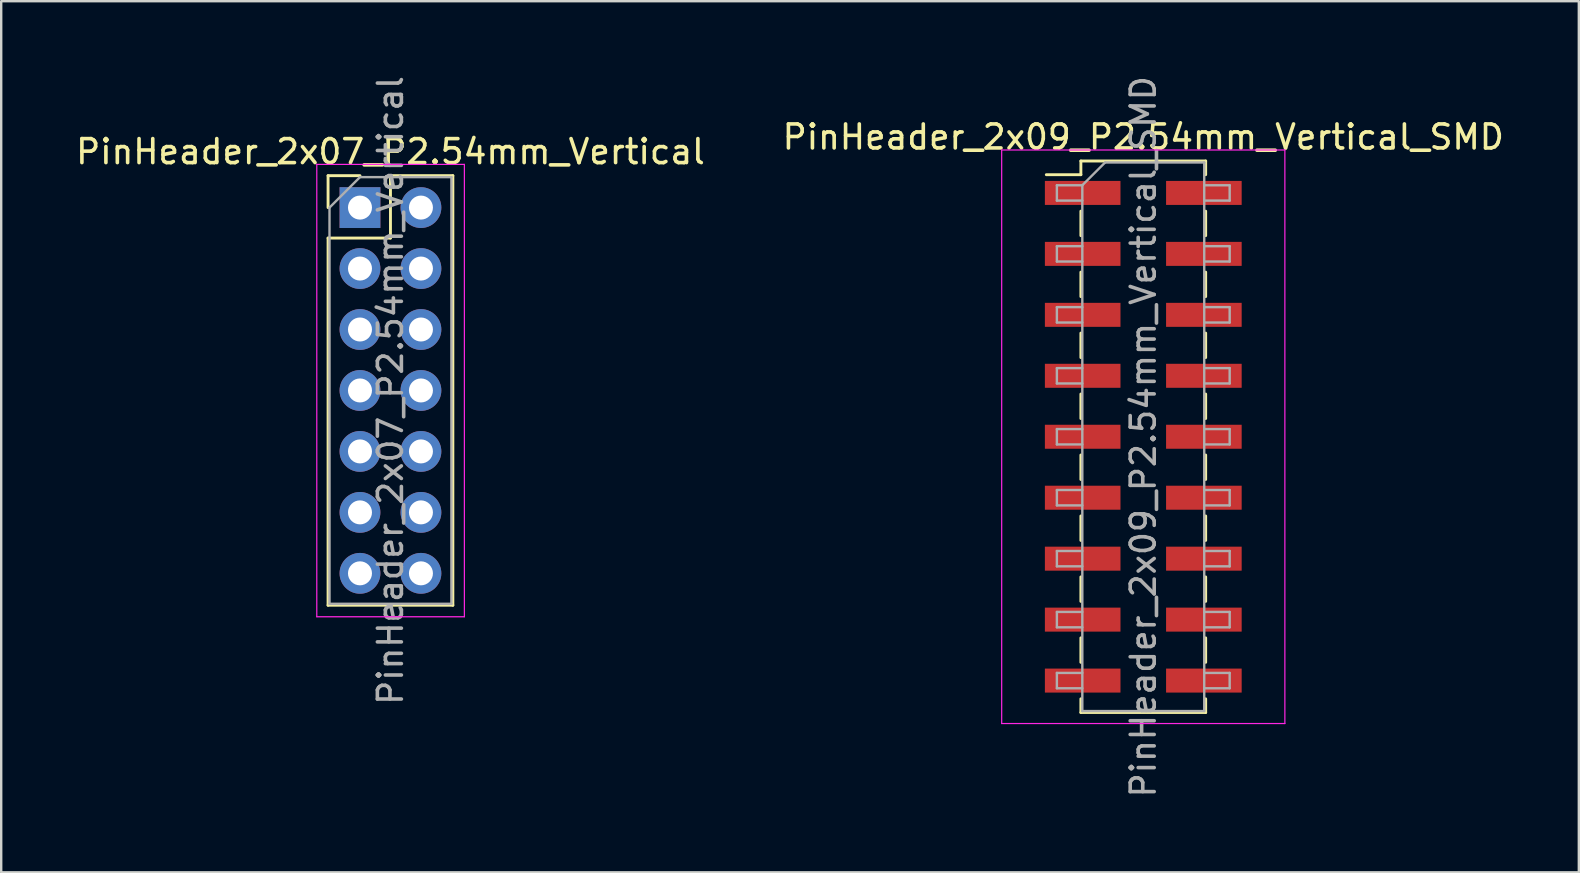
<source format=kicad_pcb>
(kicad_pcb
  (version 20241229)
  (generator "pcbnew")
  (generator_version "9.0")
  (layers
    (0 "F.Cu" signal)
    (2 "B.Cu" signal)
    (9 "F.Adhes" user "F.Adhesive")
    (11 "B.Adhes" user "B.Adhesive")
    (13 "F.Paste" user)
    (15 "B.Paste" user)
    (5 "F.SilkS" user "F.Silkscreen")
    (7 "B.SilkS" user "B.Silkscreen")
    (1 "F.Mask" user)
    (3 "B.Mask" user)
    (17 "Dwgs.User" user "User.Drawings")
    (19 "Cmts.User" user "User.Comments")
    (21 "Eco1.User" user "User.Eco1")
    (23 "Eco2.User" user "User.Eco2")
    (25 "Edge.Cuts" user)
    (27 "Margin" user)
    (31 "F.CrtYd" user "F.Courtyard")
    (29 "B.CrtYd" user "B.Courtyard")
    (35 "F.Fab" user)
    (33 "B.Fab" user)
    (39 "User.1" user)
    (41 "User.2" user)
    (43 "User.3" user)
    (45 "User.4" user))
  (footprint "PinHeader_2x09_P2.54mm_Vertical_SMD"
    (layer "F.Cu")
    (at 44.589 15.149)
    (property "Reference" "PinHeader_2x09_P2.54mm_Vertical_SMD" (at 0 -12.49 0) (layer "F.SilkS") (effects (font (size 1 1) (thickness 0.15))))
    (attr smd)
    (fp_line (start -4.04 -10.92) (end -2.6 -10.92) (stroke (width 0.12) (type solid)) (layer "F.SilkS"))
    (fp_line (start -2.6 -11.49) (end -2.6 -10.92) (stroke (width 0.12) (type solid)) (layer "F.SilkS"))
    (fp_line (start -2.6 -11.49) (end 2.6 -11.49) (stroke (width 0.12) (type solid)) (layer "F.SilkS"))
    (fp_line (start -2.6 -9.4) (end -2.6 -8.38) (stroke (width 0.12) (type solid)) (layer "F.SilkS"))
    (fp_line (start -2.6 -6.86) (end -2.6 -5.84) (stroke (width 0.12) (type solid)) (layer "F.SilkS"))
    (fp_line (start -2.6 -4.32) (end -2.6 -3.3) (stroke (width 0.12) (type solid)) (layer "F.SilkS"))
    (fp_line (start -2.6 -1.78) (end -2.6 -0.76) (stroke (width 0.12) (type solid)) (layer "F.SilkS"))
    (fp_line (start -2.6 0.76) (end -2.6 1.78) (stroke (width 0.12) (type solid)) (layer "F.SilkS"))
    (fp_line (start -2.6 3.3) (end -2.6 4.32) (stroke (width 0.12) (type solid)) (layer "F.SilkS"))
    (fp_line (start -2.6 5.84) (end -2.6 6.86) (stroke (width 0.12) (type solid)) (layer "F.SilkS"))
    (fp_line (start -2.6 8.38) (end -2.6 9.4) (stroke (width 0.12) (type solid)) (layer "F.SilkS"))
    (fp_line (start -2.6 10.92) (end -2.6 11.49) (stroke (width 0.12) (type solid)) (layer "F.SilkS"))
    (fp_line (start -2.6 11.49) (end 2.6 11.49) (stroke (width 0.12) (type solid)) (layer "F.SilkS"))
    (fp_line (start 2.6 -11.49) (end 2.6 -10.92) (stroke (width 0.12) (type solid)) (layer "F.SilkS"))
    (fp_line (start 2.6 -9.4) (end 2.6 -8.38) (stroke (width 0.12) (type solid)) (layer "F.SilkS"))
    (fp_line (start 2.6 -6.86) (end 2.6 -5.84) (stroke (width 0.12) (type solid)) (layer "F.SilkS"))
    (fp_line (start 2.6 -4.32) (end 2.6 -3.3) (stroke (width 0.12) (type solid)) (layer "F.SilkS"))
    (fp_line (start 2.6 -1.78) (end 2.6 -0.76) (stroke (width 0.12) (type solid)) (layer "F.SilkS"))
    (fp_line (start 2.6 0.76) (end 2.6 1.78) (stroke (width 0.12) (type solid)) (layer "F.SilkS"))
    (fp_line (start 2.6 3.3) (end 2.6 4.32) (stroke (width 0.12) (type solid)) (layer "F.SilkS"))
    (fp_line (start 2.6 5.84) (end 2.6 6.86) (stroke (width 0.12) (type solid)) (layer "F.SilkS"))
    (fp_line (start 2.6 8.38) (end 2.6 9.4) (stroke (width 0.12) (type solid)) (layer "F.SilkS"))
    (fp_line (start 2.6 10.92) (end 2.6 11.49) (stroke (width 0.12) (type solid)) (layer "F.SilkS"))
    (fp_line (start -5.9 -11.95) (end -5.9 11.95) (stroke (width 0.05) (type solid)) (layer "F.CrtYd"))
    (fp_line (start -5.9 11.95) (end 5.9 11.95) (stroke (width 0.05) (type solid)) (layer "F.CrtYd"))
    (fp_line (start 5.9 -11.95) (end -5.9 -11.95) (stroke (width 0.05) (type solid)) (layer "F.CrtYd"))
    (fp_line (start 5.9 11.95) (end 5.9 -11.95) (stroke (width 0.05) (type solid)) (layer "F.CrtYd"))
    (fp_line (start -3.6 -10.48) (end -3.6 -9.84) (stroke (width 0.1) (type solid)) (layer "F.Fab"))
    (fp_line (start -3.6 -9.84) (end -2.54 -9.84) (stroke (width 0.1) (type solid)) (layer "F.Fab"))
    (fp_line (start -3.6 -7.94) (end -3.6 -7.3) (stroke (width 0.1) (type solid)) (layer "F.Fab"))
    (fp_line (start -3.6 -7.3) (end -2.54 -7.3) (stroke (width 0.1) (type solid)) (layer "F.Fab"))
    (fp_line (start -3.6 -5.4) (end -3.6 -4.76) (stroke (width 0.1) (type solid)) (layer "F.Fab"))
    (fp_line (start -3.6 -4.76) (end -2.54 -4.76) (stroke (width 0.1) (type solid)) (layer "F.Fab"))
    (fp_line (start -3.6 -2.86) (end -3.6 -2.22) (stroke (width 0.1) (type solid)) (layer "F.Fab"))
    (fp_line (start -3.6 -2.22) (end -2.54 -2.22) (stroke (width 0.1) (type solid)) (layer "F.Fab"))
    (fp_line (start -3.6 -0.32) (end -3.6 0.32) (stroke (width 0.1) (type solid)) (layer "F.Fab"))
    (fp_line (start -3.6 0.32) (end -2.54 0.32) (stroke (width 0.1) (type solid)) (layer "F.Fab"))
    (fp_line (start -3.6 2.22) (end -3.6 2.86) (stroke (width 0.1) (type solid)) (layer "F.Fab"))
    (fp_line (start -3.6 2.86) (end -2.54 2.86) (stroke (width 0.1) (type solid)) (layer "F.Fab"))
    (fp_line (start -3.6 4.76) (end -3.6 5.4) (stroke (width 0.1) (type solid)) (layer "F.Fab"))
    (fp_line (start -3.6 5.4) (end -2.54 5.4) (stroke (width 0.1) (type solid)) (layer "F.Fab"))
    (fp_line (start -3.6 7.3) (end -3.6 7.94) (stroke (width 0.1) (type solid)) (layer "F.Fab"))
    (fp_line (start -3.6 7.94) (end -2.54 7.94) (stroke (width 0.1) (type solid)) (layer "F.Fab"))
    (fp_line (start -3.6 9.84) (end -3.6 10.48) (stroke (width 0.1) (type solid)) (layer "F.Fab"))
    (fp_line (start -3.6 10.48) (end -2.54 10.48) (stroke (width 0.1) (type solid)) (layer "F.Fab"))
    (fp_line (start -2.54 -10.48) (end -3.6 -10.48) (stroke (width 0.1) (type solid)) (layer "F.Fab"))
    (fp_line (start -2.54 -10.48) (end -1.59 -11.43) (stroke (width 0.1) (type solid)) (layer "F.Fab"))
    (fp_line (start -2.54 -7.94) (end -3.6 -7.94) (stroke (width 0.1) (type solid)) (layer "F.Fab"))
    (fp_line (start -2.54 -5.4) (end -3.6 -5.4) (stroke (width 0.1) (type solid)) (layer "F.Fab"))
    (fp_line (start -2.54 -2.86) (end -3.6 -2.86) (stroke (width 0.1) (type solid)) (layer "F.Fab"))
    (fp_line (start -2.54 -0.32) (end -3.6 -0.32) (stroke (width 0.1) (type solid)) (layer "F.Fab"))
    (fp_line (start -2.54 2.22) (end -3.6 2.22) (stroke (width 0.1) (type solid)) (layer "F.Fab"))
    (fp_line (start -2.54 4.76) (end -3.6 4.76) (stroke (width 0.1) (type solid)) (layer "F.Fab"))
    (fp_line (start -2.54 7.3) (end -3.6 7.3) (stroke (width 0.1) (type solid)) (layer "F.Fab"))
    (fp_line (start -2.54 9.84) (end -3.6 9.84) (stroke (width 0.1) (type solid)) (layer "F.Fab"))
    (fp_line (start -2.54 11.43) (end -2.54 -10.48) (stroke (width 0.1) (type solid)) (layer "F.Fab"))
    (fp_line (start -1.59 -11.43) (end 2.54 -11.43) (stroke (width 0.1) (type solid)) (layer "F.Fab"))
    (fp_line (start 2.54 -11.43) (end 2.54 11.43) (stroke (width 0.1) (type solid)) (layer "F.Fab"))
    (fp_line (start 2.54 -10.48) (end 3.6 -10.48) (stroke (width 0.1) (type solid)) (layer "F.Fab"))
    (fp_line (start 2.54 -7.94) (end 3.6 -7.94) (stroke (width 0.1) (type solid)) (layer "F.Fab"))
    (fp_line (start 2.54 -5.4) (end 3.6 -5.4) (stroke (width 0.1) (type solid)) (layer "F.Fab"))
    (fp_line (start 2.54 -2.86) (end 3.6 -2.86) (stroke (width 0.1) (type solid)) (layer "F.Fab"))
    (fp_line (start 2.54 -0.32) (end 3.6 -0.32) (stroke (width 0.1) (type solid)) (layer "F.Fab"))
    (fp_line (start 2.54 2.22) (end 3.6 2.22) (stroke (width 0.1) (type solid)) (layer "F.Fab"))
    (fp_line (start 2.54 4.76) (end 3.6 4.76) (stroke (width 0.1) (type solid)) (layer "F.Fab"))
    (fp_line (start 2.54 7.3) (end 3.6 7.3) (stroke (width 0.1) (type solid)) (layer "F.Fab"))
    (fp_line (start 2.54 9.84) (end 3.6 9.84) (stroke (width 0.1) (type solid)) (layer "F.Fab"))
    (fp_line (start 2.54 11.43) (end -2.54 11.43) (stroke (width 0.1) (type solid)) (layer "F.Fab"))
    (fp_line (start 3.6 -10.48) (end 3.6 -9.84) (stroke (width 0.1) (type solid)) (layer "F.Fab"))
    (fp_line (start 3.6 -9.84) (end 2.54 -9.84) (stroke (width 0.1) (type solid)) (layer "F.Fab"))
    (fp_line (start 3.6 -7.94) (end 3.6 -7.3) (stroke (width 0.1) (type solid)) (layer "F.Fab"))
    (fp_line (start 3.6 -7.3) (end 2.54 -7.3) (stroke (width 0.1) (type solid)) (layer "F.Fab"))
    (fp_line (start 3.6 -5.4) (end 3.6 -4.76) (stroke (width 0.1) (type solid)) (layer "F.Fab"))
    (fp_line (start 3.6 -4.76) (end 2.54 -4.76) (stroke (width 0.1) (type solid)) (layer "F.Fab"))
    (fp_line (start 3.6 -2.86) (end 3.6 -2.22) (stroke (width 0.1) (type solid)) (layer "F.Fab"))
    (fp_line (start 3.6 -2.22) (end 2.54 -2.22) (stroke (width 0.1) (type solid)) (layer "F.Fab"))
    (fp_line (start 3.6 -0.32) (end 3.6 0.32) (stroke (width 0.1) (type solid)) (layer "F.Fab"))
    (fp_line (start 3.6 0.32) (end 2.54 0.32) (stroke (width 0.1) (type solid)) (layer "F.Fab"))
    (fp_line (start 3.6 2.22) (end 3.6 2.86) (stroke (width 0.1) (type solid)) (layer "F.Fab"))
    (fp_line (start 3.6 2.86) (end 2.54 2.86) (stroke (width 0.1) (type solid)) (layer "F.Fab"))
    (fp_line (start 3.6 4.76) (end 3.6 5.4) (stroke (width 0.1) (type solid)) (layer "F.Fab"))
    (fp_line (start 3.6 5.4) (end 2.54 5.4) (stroke (width 0.1) (type solid)) (layer "F.Fab"))
    (fp_line (start 3.6 7.3) (end 3.6 7.94) (stroke (width 0.1) (type solid)) (layer "F.Fab"))
    (fp_line (start 3.6 7.94) (end 2.54 7.94) (stroke (width 0.1) (type solid)) (layer "F.Fab"))
    (fp_line (start 3.6 9.84) (end 3.6 10.48) (stroke (width 0.1) (type solid)) (layer "F.Fab"))
    (fp_line (start 3.6 10.48) (end 2.54 10.48) (stroke (width 0.1) (type solid)) (layer "F.Fab"))
    (fp_text user "${REFERENCE}" (at 0 0 90) (layer "F.Fab") (effects (font (size 1 1) (thickness 0.15))))
    (pad "1" smd rect (at -2.525 -10.16) (size 3.15 1) (layers "F.Cu" "F.Mask" "F.Paste"))
    (pad "2" smd rect (at 2.525 -10.16) (size 3.15 1) (layers "F.Cu" "F.Mask" "F.Paste"))
    (pad "3" smd rect (at -2.525 -7.62) (size 3.15 1) (layers "F.Cu" "F.Mask" "F.Paste"))
    (pad "4" smd rect (at 2.525 -7.62) (size 3.15 1) (layers "F.Cu" "F.Mask" "F.Paste"))
    (pad "5" smd rect (at -2.525 -5.08) (size 3.15 1) (layers "F.Cu" "F.Mask" "F.Paste"))
    (pad "6" smd rect (at 2.525 -5.08) (size 3.15 1) (layers "F.Cu" "F.Mask" "F.Paste"))
    (pad "7" smd rect (at -2.525 -2.54) (size 3.15 1) (layers "F.Cu" "F.Mask" "F.Paste"))
    (pad "8" smd rect (at 2.525 -2.54) (size 3.15 1) (layers "F.Cu" "F.Mask" "F.Paste"))
    (pad "9" smd rect (at -2.525 0) (size 3.15 1) (layers "F.Cu" "F.Mask" "F.Paste"))
    (pad "10" smd rect (at 2.525 0) (size 3.15 1) (layers "F.Cu" "F.Mask" "F.Paste"))
    (pad "11" smd rect (at -2.525 2.54) (size 3.15 1) (layers "F.Cu" "F.Mask" "F.Paste"))
    (pad "12" smd rect (at 2.525 2.54) (size 3.15 1) (layers "F.Cu" "F.Mask" "F.Paste"))
    (pad "13" smd rect (at -2.525 5.08) (size 3.15 1) (layers "F.Cu" "F.Mask" "F.Paste"))
    (pad "14" smd rect (at 2.525 5.08) (size 3.15 1) (layers "F.Cu" "F.Mask" "F.Paste"))
    (pad "15" smd rect (at -2.525 7.62) (size 3.15 1) (layers "F.Cu" "F.Mask" "F.Paste"))
    (pad "16" smd rect (at 2.525 7.62) (size 3.15 1) (layers "F.Cu" "F.Mask" "F.Paste"))
    (pad "17" smd rect (at -2.525 10.16) (size 3.15 1) (layers "F.Cu" "F.Mask" "F.Paste"))
    (pad "18" smd rect (at 2.525 10.16) (size 3.15 1) (layers "F.Cu" "F.Mask" "F.Paste")))
  (footprint "PinHeader_2x07_P2.54mm_Vertical"
    (layer "F.Cu")
    (at 11.95 5.6)
    (property "Reference" "PinHeader_2x07_P2.54mm_Vertical" (at 1.27 -2.33 0) (layer "F.SilkS") (effects (font (size 1 1) (thickness 0.15))))
    (attr through_hole)
    (fp_line (start -1.33 -1.33) (end 0 -1.33) (stroke (width 0.12) (type solid)) (layer "F.SilkS"))
    (fp_line (start -1.33 0) (end -1.33 -1.33) (stroke (width 0.12) (type solid)) (layer "F.SilkS"))
    (fp_line (start -1.33 1.27) (end -1.33 16.57) (stroke (width 0.12) (type solid)) (layer "F.SilkS"))
    (fp_line (start -1.33 1.27) (end 1.27 1.27) (stroke (width 0.12) (type solid)) (layer "F.SilkS"))
    (fp_line (start -1.33 16.57) (end 3.87 16.57) (stroke (width 0.12) (type solid)) (layer "F.SilkS"))
    (fp_line (start 1.27 -1.33) (end 3.87 -1.33) (stroke (width 0.12) (type solid)) (layer "F.SilkS"))
    (fp_line (start 1.27 1.27) (end 1.27 -1.33) (stroke (width 0.12) (type solid)) (layer "F.SilkS"))
    (fp_line (start 3.87 -1.33) (end 3.87 16.57) (stroke (width 0.12) (type solid)) (layer "F.SilkS"))
    (fp_line (start -1.8 -1.8) (end -1.8 17.05) (stroke (width 0.05) (type solid)) (layer "F.CrtYd"))
    (fp_line (start -1.8 17.05) (end 4.35 17.05) (stroke (width 0.05) (type solid)) (layer "F.CrtYd"))
    (fp_line (start 4.35 -1.8) (end -1.8 -1.8) (stroke (width 0.05) (type solid)) (layer "F.CrtYd"))
    (fp_line (start 4.35 17.05) (end 4.35 -1.8) (stroke (width 0.05) (type solid)) (layer "F.CrtYd"))
    (fp_line (start -1.27 0) (end 0 -1.27) (stroke (width 0.1) (type solid)) (layer "F.Fab"))
    (fp_line (start -1.27 16.51) (end -1.27 0) (stroke (width 0.1) (type solid)) (layer "F.Fab"))
    (fp_line (start 0 -1.27) (end 3.81 -1.27) (stroke (width 0.1) (type solid)) (layer "F.Fab"))
    (fp_line (start 3.81 -1.27) (end 3.81 16.51) (stroke (width 0.1) (type solid)) (layer "F.Fab"))
    (fp_line (start 3.81 16.51) (end -1.27 16.51) (stroke (width 0.1) (type solid)) (layer "F.Fab"))
    (fp_text user "${REFERENCE}" (at 1.27 7.62 90) (layer "F.Fab") (effects (font (size 1 1) (thickness 0.15))))
    (pad "1" thru_hole rect (at 0 0) (size 1.7 1.7) (drill 1) (layers "*.Cu" "*.Mask"))
    (pad "2" thru_hole oval (at 2.54 0) (size 1.7 1.7) (drill 1) (layers "*.Cu" "*.Mask"))
    (pad "3" thru_hole oval (at 0 2.54) (size 1.7 1.7) (drill 1) (layers "*.Cu" "*.Mask"))
    (pad "4" thru_hole oval (at 2.54 2.54) (size 1.7 1.7) (drill 1) (layers "*.Cu" "*.Mask"))
    (pad "5" thru_hole oval (at 0 5.08) (size 1.7 1.7) (drill 1) (layers "*.Cu" "*.Mask"))
    (pad "6" thru_hole oval (at 2.54 5.08) (size 1.7 1.7) (drill 1) (layers "*.Cu" "*.Mask"))
    (pad "7" thru_hole oval (at 0 7.62) (size 1.7 1.7) (drill 1) (layers "*.Cu" "*.Mask"))
    (pad "8" thru_hole oval (at 2.54 7.62) (size 1.7 1.7) (drill 1) (layers "*.Cu" "*.Mask"))
    (pad "9" thru_hole oval (at 0 10.16) (size 1.7 1.7) (drill 1) (layers "*.Cu" "*.Mask"))
    (pad "10" thru_hole oval (at 2.54 10.16) (size 1.7 1.7) (drill 1) (layers "*.Cu" "*.Mask"))
    (pad "11" thru_hole oval (at 0 12.7) (size 1.7 1.7) (drill 1) (layers "*.Cu" "*.Mask"))
    (pad "12" thru_hole oval (at 2.54 12.7) (size 1.7 1.7) (drill 1) (layers "*.Cu" "*.Mask"))
    (pad "13" thru_hole oval (at 0 15.24) (size 1.7 1.7) (drill 1) (layers "*.Cu" "*.Mask"))
    (pad "14" thru_hole oval (at 2.54 15.24) (size 1.7 1.7) (drill 1) (layers "*.Cu" "*.Mask")))
  (gr_rect
    (start -3 -3)
    (end 62.738 33.298)
    (stroke (width 0.1) (type default))
    (fill no)
    (layer "Edge.Cuts")))
</source>
